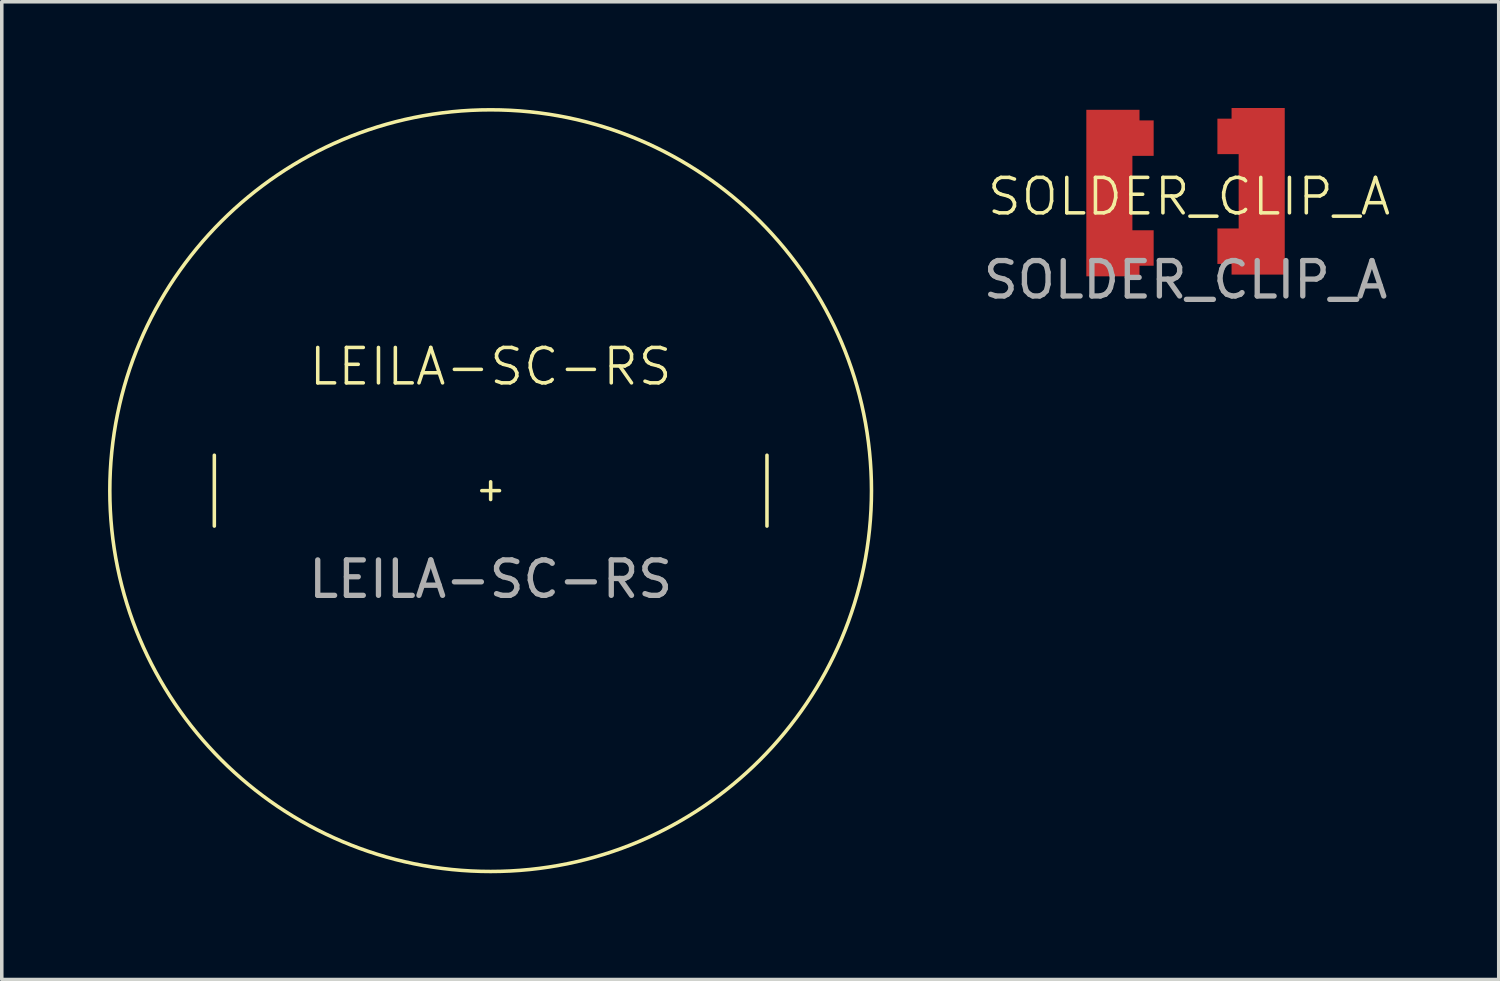
<source format=kicad_pcb>
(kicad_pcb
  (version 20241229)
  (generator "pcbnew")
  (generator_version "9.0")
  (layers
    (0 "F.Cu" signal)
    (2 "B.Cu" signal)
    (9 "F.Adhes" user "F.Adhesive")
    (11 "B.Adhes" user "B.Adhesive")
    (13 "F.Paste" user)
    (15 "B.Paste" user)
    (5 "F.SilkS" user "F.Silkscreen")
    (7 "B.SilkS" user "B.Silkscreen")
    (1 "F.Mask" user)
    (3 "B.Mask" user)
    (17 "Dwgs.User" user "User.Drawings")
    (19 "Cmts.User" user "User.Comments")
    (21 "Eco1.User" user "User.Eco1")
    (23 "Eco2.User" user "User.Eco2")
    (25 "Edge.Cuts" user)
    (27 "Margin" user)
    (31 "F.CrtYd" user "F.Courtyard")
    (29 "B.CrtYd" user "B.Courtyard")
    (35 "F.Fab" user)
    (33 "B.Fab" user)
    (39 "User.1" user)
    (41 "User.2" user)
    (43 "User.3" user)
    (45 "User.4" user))
  (footprint "SOLDER_CLIP_A"
    (layer "F.Cu")
    (at 30.415 2.35)
    (property "Reference" "SOLDER_CLIP_A" (at 0.1 0.15 0) (unlocked yes) (layer "F.SilkS") (effects (font (size 1 1) (thickness 0.1))))
    (attr smd)
    (fp_text user "${REFERENCE}" (at 0 2.5 0) (unlocked yes) (layer "F.Fab") (effects (font (size 1 1) (thickness 0.15))))
    (pad "1" smd custom (at -2.3 0.05 270) (size 1 1) (layers "F.Cu" "F.Mask" "F.Paste") (options (anchor rect)) (primitives (gr_poly (pts (xy -2.35 0.5) (xy -2.35 -1) (xy -2.05 -1) (xy -2.05 -1.4) (xy -1.05 -1.4) (xy -1.05 -0.8) (xy 0 -0.8) (xy 1.05 -0.8) (xy 1.05 -1.4) (xy 2.05 -1.4) (xy 2.05 -1) (xy 2.35 -1) (xy 2.35 0.5) (xy 0 0.5)) (width 0.001) (fill yes))))
    (pad "1" smd custom (at 2.3 0 90) (size 1 1) (layers "F.Cu" "F.Mask" "F.Paste") (options (anchor rect)) (primitives (gr_poly (pts (xy -2.35 0.5) (xy -2.35 -1) (xy -2.05 -1) (xy -2.05 -1.4) (xy -1.05 -1.4) (xy -1.05 -0.8) (xy 0 -0.8) (xy 1.05 -0.8) (xy 1.05 -1.4) (xy 2.05 -1.4) (xy 2.05 -1) (xy 2.35 -1) (xy 2.35 0.5) (xy 0 0.5)) (width 0.001) (fill yes)))))
  (footprint "LEILA-SC-RS"
    (layer "F.Cu")
    (at 10.8 10.8)
    (property "Reference" "LEILA-SC-RS" (at 0 -3.5 0) (unlocked yes) (layer "F.SilkS") (effects (font (size 1 1) (thickness 0.1))))
    (attr smd)
    (fp_line (start -7.8 -1) (end -7.8 1) (stroke (width 0.1) (type default)) (layer "F.SilkS"))
    (fp_line (start -0.25 0) (end 0.25 0) (stroke (width 0.1) (type default)) (layer "F.SilkS"))
    (fp_line (start 0 -0.25) (end 0 0.25) (stroke (width 0.1) (type default)) (layer "F.SilkS"))
    (fp_line (start 7.8 -1) (end 7.8 1) (stroke (width 0.1) (type default)) (layer "F.SilkS"))
    (fp_circle (center 0 0) (end 10.75 0) (stroke (width 0.1) (type default)) (fill no) (layer "F.SilkS"))
    (fp_text user "${REFERENCE}" (at 0 2.5 0) (unlocked yes) (layer "F.Fab") (effects (font (size 1 1) (thickness 0.15)))))
  (gr_rect
    (start -3 -3)
    (end 39.256 24.6)
    (stroke (width 0.1) (type default))
    (fill no)
    (layer "Edge.Cuts")))
</source>
